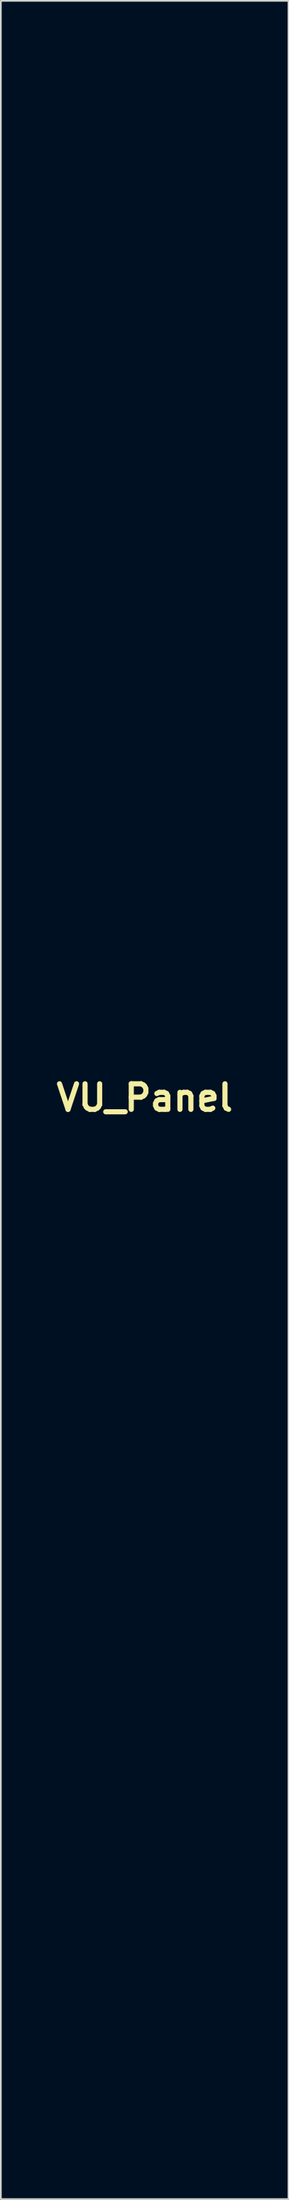
<source format=kicad_pcb>
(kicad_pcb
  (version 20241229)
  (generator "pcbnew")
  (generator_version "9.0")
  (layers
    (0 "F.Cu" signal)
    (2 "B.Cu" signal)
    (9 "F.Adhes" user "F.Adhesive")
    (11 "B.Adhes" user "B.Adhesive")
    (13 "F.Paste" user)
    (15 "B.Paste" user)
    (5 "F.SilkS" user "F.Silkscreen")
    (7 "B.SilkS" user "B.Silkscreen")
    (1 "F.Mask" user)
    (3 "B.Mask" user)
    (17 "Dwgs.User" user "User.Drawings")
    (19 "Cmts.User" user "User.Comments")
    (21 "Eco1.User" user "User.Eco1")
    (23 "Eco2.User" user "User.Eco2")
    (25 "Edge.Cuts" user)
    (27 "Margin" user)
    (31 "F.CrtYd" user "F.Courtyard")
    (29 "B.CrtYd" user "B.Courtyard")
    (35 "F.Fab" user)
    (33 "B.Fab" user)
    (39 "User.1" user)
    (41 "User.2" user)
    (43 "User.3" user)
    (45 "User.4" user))
  (footprint "VU_Panel"
    (layer "F.Cu")
    (at 5.443 61.354)
    (property "Reference" "VU_Panel" (at 0 0 0) (layer "F.SilkS") (effects (font (size 1.5 1.5) (thickness 0.3))))
    (attr board_only exclude_from_pos_files exclude_from_bom)
    (fp_poly (pts (xy -0.904 41.957) (xy -0.904 42.796) (xy -1.097 42.796) (xy -1.291 42.796) (xy -1.291 41.957) (xy -1.291 41.118) (xy -1.097 41.118) (xy -0.904 41.118)) (stroke (width 0) (type solid)) (fill yes) (layer "F.Mask"))
    (fp_poly (pts (xy 0.29 -61.128) (xy 0.29 -60.902) (xy -2.308 -60.902) (xy -4.906 -60.902) (xy -4.906 -61.128) (xy -4.906 -61.354) (xy -2.308 -61.354) (xy 0.29 -61.354)) (stroke (width 0) (type solid)) (fill yes) (layer "F.Mask"))
    (fp_poly (pts (xy 0.29 61.386) (xy 0.29 61.612) (xy -2.308 61.612) (xy -4.906 61.612) (xy -4.906 61.386) (xy -4.906 61.16) (xy -2.308 61.16) (xy 0.29 61.16)) (stroke (width 0) (type solid)) (fill yes) (layer "F.Mask"))
    (fp_poly (pts (xy 0.323 25.513) (xy 0.323 27.111) (xy 0.097 27.111) (xy -0.129 27.111) (xy -0.129 25.513) (xy -0.129 23.915) (xy 0.097 23.915) (xy 0.323 23.915)) (stroke (width 0) (type solid)) (fill yes) (layer "F.Mask"))
    (fp_poly (pts (xy 0.936 37.374) (xy 0.936 38.052) (xy 1.565 38.052) (xy 2.195 38.052) (xy 2.195 38.213) (xy 2.195 38.374) (xy 1.372 38.374) (xy 0.549 38.374) (xy 0.549 37.535) (xy 0.549 36.696) (xy 0.742 36.696) (xy 0.936 36.696)) (stroke (width 0) (type solid)) (fill yes) (layer "F.Mask"))
    (fp_poly (pts (xy 3.357 -41.973) (xy 3.357 -41.828) (xy 2.969 -41.828) (xy 2.582 -41.828) (xy 2.582 -41.134) (xy 2.582 -40.44) (xy 2.388 -40.44) (xy 2.195 -40.44) (xy 2.195 -41.134) (xy 2.195 -41.828) (xy 1.807 -41.828) (xy 1.42 -41.828) (xy 1.42 -41.973) (xy 1.42 -42.118) (xy 2.388 -42.118) (xy 3.357 -42.118)) (stroke (width 0) (type solid)) (fill yes) (layer "F.Mask"))
    (fp_poly (pts (xy -3.808 37.019) (xy -3.808 37.342) (xy -3.195 37.342) (xy -2.582 37.342) (xy -2.582 37.019) (xy -2.582 36.696) (xy -2.388 36.696) (xy -2.195 36.696) (xy -2.195 37.535) (xy -2.195 38.374) (xy -2.388 38.374) (xy -2.582 38.374) (xy -2.582 38.003) (xy -2.582 37.632) (xy -3.195 37.632) (xy -3.808 37.632) (xy -3.808 38.003) (xy -3.808 38.374) (xy -4.002 38.374) (xy -4.196 38.374) (xy -4.196 37.535) (xy -4.196 36.696) (xy -4.002 36.696) (xy -3.808 36.696)) (stroke (width 0) (type solid)) (fill yes) (layer "F.Mask"))
    (fp_poly (pts (xy -0.29 12.765) (xy -0.29 12.91) (xy -0.952 12.91) (xy -1.614 12.91) (xy -1.614 13.087) (xy -1.614 13.265) (xy -1.226 13.265) (xy -0.839 13.265) (xy -0.839 13.41) (xy -0.839 13.555) (xy -1.226 13.555) (xy -1.614 13.555) (xy -1.614 13.765) (xy -1.614 13.975) (xy -0.936 13.975) (xy -0.258 13.975) (xy -0.258 14.136) (xy -0.258 14.298) (xy -1.13 14.298) (xy -2.001 14.298) (xy -2.001 13.458) (xy -2.001 12.619) (xy -1.146 12.619) (xy -0.29 12.619)) (stroke (width 0) (type solid)) (fill yes) (layer "F.Mask"))
    (fp_poly (pts (xy -0.672 -55.561) (xy -1.404 -54.222) (xy -1.63 -54.223) (xy -1.856 -54.224) (xy -2.542 -55.425) (xy -2.69 -55.684) (xy -2.832 -55.931) (xy -2.962 -56.158) (xy -3.078 -56.36) (xy -3.174 -56.528) (xy -3.249 -56.657) (xy -3.297 -56.74) (xy -3.31 -56.763) (xy -3.392 -56.9) (xy -3.028 -56.899) (xy -2.663 -56.899) (xy -2.133 -55.946) (xy -2.007 -55.722) (xy -1.891 -55.517) (xy -1.787 -55.34) (xy -1.7 -55.195) (xy -1.634 -55.09) (xy -1.593 -55.03) (xy -1.579 -55.019) (xy -1.559 -55.052) (xy -1.512 -55.136) (xy -1.443 -55.263) (xy -1.355 -55.427) (xy -1.251 -55.619) (xy -1.137 -55.834) (xy -1.063 -55.972) (xy -0.571 -56.9) (xy -0.256 -56.9) (xy 0.06 -56.9)) (stroke (width 0) (type solid)) (fill yes) (layer "F.Mask"))
    (fp_poly (pts (xy 1.485 41.957) (xy 1.485 42.796) (xy 1.346 42.796) (xy 1.302 42.794) (xy 1.26 42.786) (xy 1.212 42.766) (xy 1.153 42.731) (xy 1.075 42.674) (xy 0.971 42.593) (xy 0.836 42.481) (xy 0.662 42.334) (xy 0.547 42.237) (xy -0.113 41.677) (xy -0.122 42.237) (xy -0.131 42.796) (xy -0.307 42.796) (xy -0.484 42.796) (xy -0.484 41.957) (xy -0.484 41.118) (xy -0.347 41.118) (xy -0.304 41.12) (xy -0.261 41.129) (xy -0.213 41.149) (xy -0.153 41.185) (xy -0.074 41.243) (xy 0.032 41.326) (xy 0.169 41.439) (xy 0.345 41.588) (xy 0.452 41.678) (xy 1.113 42.237) (xy 1.122 41.677) (xy 1.131 41.118) (xy 1.308 41.118) (xy 1.485 41.118)) (stroke (width 0) (type solid)) (fill yes) (layer "F.Mask"))
    (fp_poly (pts (xy -0.42 -41.44) (xy -0.42 -40.763) (xy 0.129 -40.763) (xy 0.678 -40.763) (xy 0.678 -41.44) (xy 0.678 -42.118) (xy 0.89 -42.118) (xy 1.103 -42.118) (xy 1.09 -41.384) (xy 1.086 -41.17) (xy 1.079 -40.975) (xy 1.072 -40.81) (xy 1.064 -40.684) (xy 1.056 -40.608) (xy 1.052 -40.592) (xy 1.023 -40.545) (xy 0.982 -40.509) (xy 0.921 -40.482) (xy 0.83 -40.463) (xy 0.704 -40.451) (xy 0.533 -40.444) (xy 0.311 -40.441) (xy 0.139 -40.44) (xy -0.128 -40.442) (xy -0.334 -40.447) (xy -0.486 -40.454) (xy -0.588 -40.466) (xy -0.644 -40.481) (xy -0.645 -40.481) (xy -0.694 -40.511) (xy -0.732 -40.548) (xy -0.761 -40.601) (xy -0.781 -40.679) (xy -0.794 -40.789) (xy -0.802 -40.939) (xy -0.805 -41.137) (xy -0.806 -41.391) (xy -0.806 -41.4) (xy -0.807 -42.118) (xy -0.613 -42.118) (xy -0.42 -42.118)) (stroke (width 0) (type solid)) (fill yes) (layer "F.Mask"))
    (fp_poly (pts (xy 0.95 12.62) (xy 1.146 12.621) (xy 1.619 13.459) (xy 2.092 14.298) (xy 1.869 14.298) (xy 1.647 14.298) (xy 1.549 14.104) (xy 1.451 13.91) (xy 0.925 13.91) (xy 0.399 13.91) (xy 0.307 14.104) (xy 0.214 14.298) (xy 0.012 14.298) (xy -0.19 14.298) (xy 0.069 13.838) (xy 0.179 13.642) (xy 0.206 13.595) (xy 0.586 13.595) (xy 0.612 13.605) (xy 0.69 13.613) (xy 0.807 13.618) (xy 0.931 13.62) (xy 1.287 13.62) (xy 1.139 13.337) (xy 1.072 13.212) (xy 1.013 13.107) (xy 0.969 13.035) (xy 0.955 13.015) (xy 0.931 13.01) (xy 0.895 13.043) (xy 0.843 13.121) (xy 0.77 13.251) (xy 0.758 13.273) (xy 0.69 13.398) (xy 0.634 13.503) (xy 0.597 13.573) (xy 0.586 13.595) (xy 0.206 13.595) (xy 0.3 13.428) (xy 0.417 13.219) (xy 0.52 13.037) (xy 0.541 12.999) (xy 0.754 12.619)) (stroke (width 0) (type solid)) (fill yes) (layer "F.Mask"))
    (fp_poly (pts (xy 3.883 12.626) (xy 4.157 12.635) (xy 3.636 13.008) (xy 3.476 13.123) (xy 3.337 13.227) (xy 3.225 13.314) (xy 3.148 13.376) (xy 3.115 13.408) (xy 3.114 13.41) (xy 3.14 13.437) (xy 3.21 13.495) (xy 3.319 13.578) (xy 3.457 13.682) (xy 3.619 13.799) (xy 3.704 13.861) (xy 4.294 14.281) (xy 3.989 14.291) (xy 3.683 14.3) (xy 3.201 13.944) (xy 3.048 13.831) (xy 2.912 13.733) (xy 2.803 13.656) (xy 2.729 13.606) (xy 2.699 13.588) (xy 2.691 13.618) (xy 2.684 13.699) (xy 2.68 13.819) (xy 2.679 13.943) (xy 2.679 14.298) (xy 2.485 14.298) (xy 2.291 14.298) (xy 2.291 13.458) (xy 2.291 12.619) (xy 2.485 12.619) (xy 2.679 12.619) (xy 2.679 12.958) (xy 2.68 13.097) (xy 2.685 13.209) (xy 2.691 13.279) (xy 2.697 13.297) (xy 2.728 13.278) (xy 2.801 13.227) (xy 2.907 13.148) (xy 3.039 13.05) (xy 3.162 12.957) (xy 3.608 12.617)) (stroke (width 0) (type solid)) (fill yes) (layer "F.Mask"))
    (fp_poly (pts (xy 1.033 -55.819) (xy 1.033 -54.737) (xy 1.904 -54.737) (xy 2.776 -54.737) (xy 2.776 -55.819) (xy 2.776 -56.9) (xy 3.082 -56.9) (xy 3.389 -56.9) (xy 3.389 -55.746) (xy 3.389 -55.423) (xy 3.387 -55.158) (xy 3.384 -54.944) (xy 3.377 -54.776) (xy 3.367 -54.645) (xy 3.352 -54.546) (xy 3.331 -54.472) (xy 3.303 -54.416) (xy 3.268 -54.372) (xy 3.224 -54.334) (xy 3.185 -54.304) (xy 3.158 -54.286) (xy 3.128 -54.272) (xy 3.086 -54.261) (xy 3.027 -54.252) (xy 2.943 -54.245) (xy 2.828 -54.241) (xy 2.675 -54.237) (xy 2.478 -54.235) (xy 2.229 -54.233) (xy 1.942 -54.231) (xy 1.584 -54.23) (xy 1.284 -54.232) (xy 1.043 -54.235) (xy 0.863 -54.242) (xy 0.745 -54.25) (xy 0.694 -54.259) (xy 0.549 -54.341) (xy 0.45 -54.464) (xy 0.42 -54.541) (xy 0.412 -54.603) (xy 0.404 -54.721) (xy 0.398 -54.889) (xy 0.393 -55.1) (xy 0.39 -55.345) (xy 0.388 -55.618) (xy 0.387 -55.778) (xy 0.387 -56.9) (xy 0.71 -56.9) (xy 1.033 -56.9)) (stroke (width 0) (type solid)) (fill yes) (layer "F.Mask"))
    (fp_poly (pts (xy -3 12.62) (xy -2.782 12.624) (xy -2.615 12.631) (xy -2.491 12.643) (xy -2.403 12.661) (xy -2.343 12.686) (xy -2.305 12.719) (xy -2.281 12.761) (xy -2.279 12.766) (xy -2.27 12.824) (xy -2.263 12.928) (xy -2.26 13.061) (xy -2.26 13.202) (xy -2.263 13.336) (xy -2.269 13.442) (xy -2.279 13.504) (xy -2.279 13.505) (xy -2.307 13.554) (xy -2.354 13.59) (xy -2.428 13.617) (xy -2.536 13.635) (xy -2.687 13.646) (xy -2.889 13.651) (xy -3.081 13.652) (xy -3.679 13.652) (xy -3.679 13.975) (xy -3.679 14.298) (xy -3.873 14.298) (xy -4.067 14.298) (xy -4.067 13.458) (xy -4.067 13.136) (xy -3.679 13.136) (xy -3.679 13.362) (xy -3.202 13.362) (xy -2.984 13.359) (xy -2.827 13.352) (xy -2.728 13.34) (xy -2.685 13.323) (xy -2.66 13.263) (xy -2.648 13.168) (xy -2.651 13.064) (xy -2.668 12.98) (xy -2.685 12.949) (xy -2.732 12.931) (xy -2.834 12.919) (xy -2.994 12.912) (xy -3.202 12.91) (xy -3.679 12.91) (xy -3.679 13.136) (xy -4.067 13.136) (xy -4.067 12.619) (xy -3.274 12.619)) (stroke (width 0) (type solid)) (fill yes) (layer "F.Mask"))
    (fp_poly (pts (xy 3.379 36.698) (xy 3.594 36.705) (xy 3.764 36.718) (xy 3.898 36.739) (xy 4.005 36.771) (xy 4.095 36.814) (xy 4.177 36.87) (xy 4.205 36.892) (xy 4.333 37.022) (xy 4.415 37.167) (xy 4.458 37.345) (xy 4.468 37.519) (xy 4.449 37.756) (xy 4.386 37.949) (xy 4.278 38.109) (xy 4.201 38.182) (xy 4.12 38.242) (xy 4.033 38.288) (xy 3.933 38.323) (xy 3.808 38.347) (xy 3.649 38.363) (xy 3.448 38.371) (xy 3.195 38.374) (xy 3.109 38.374) (xy 2.453 38.374) (xy 2.453 37.535) (xy 2.453 37.52) (xy 2.84 37.52) (xy 2.84 38.06) (xy 3.269 38.045) (xy 3.464 38.037) (xy 3.607 38.025) (xy 3.711 38.008) (xy 3.79 37.984) (xy 3.825 37.969) (xy 3.953 37.878) (xy 4.033 37.752) (xy 4.07 37.584) (xy 4.073 37.503) (xy 4.05 37.315) (xy 3.984 37.167) (xy 3.876 37.065) (xy 3.85 37.05) (xy 3.767 37.028) (xy 3.624 37.01) (xy 3.421 36.997) (xy 3.3 36.993) (xy 2.84 36.98) (xy 2.84 37.52) (xy 2.453 37.52) (xy 2.453 36.696) (xy 3.109 36.696)) (stroke (width 0) (type solid)) (fill yes) (layer "F.Mask"))
    (fp_poly (pts (xy -2.144 -42.112) (xy -1.887 -42.109) (xy -1.688 -42.105) (xy -1.537 -42.102) (xy -1.427 -42.096) (xy -1.349 -42.089) (xy -1.297 -42.078) (xy -1.262 -42.064) (xy -1.237 -42.045) (xy -1.219 -42.029) (xy -1.195 -42.002) (xy -1.176 -41.972) (xy -1.163 -41.929) (xy -1.155 -41.864) (xy -1.149 -41.769) (xy -1.147 -41.634) (xy -1.146 -41.449) (xy -1.146 -41.279) (xy -1.146 -41.054) (xy -1.147 -40.884) (xy -1.151 -40.76) (xy -1.157 -40.674) (xy -1.166 -40.616) (xy -1.181 -40.577) (xy -1.201 -40.549) (xy -1.219 -40.53) (xy -1.243 -40.507) (xy -1.27 -40.49) (xy -1.309 -40.477) (xy -1.367 -40.467) (xy -1.452 -40.46) (xy -1.573 -40.455) (xy -1.736 -40.452) (xy -1.95 -40.449) (xy -2.144 -40.446) (xy -2.994 -40.437) (xy -3.087 -40.516) (xy -3.179 -40.596) (xy -3.179 -41.279) (xy -3.179 -41.295) (xy -2.808 -41.295) (xy -2.808 -40.763) (xy -2.162 -40.763) (xy -1.517 -40.763) (xy -1.517 -41.295) (xy -1.517 -41.828) (xy -2.162 -41.828) (xy -2.808 -41.828) (xy -2.808 -41.295) (xy -3.179 -41.295) (xy -3.179 -41.962) (xy -3.087 -42.042) (xy -2.994 -42.121)) (stroke (width 0) (type solid)) (fill yes) (layer "F.Mask"))
    (fp_poly (pts (xy -0.788 36.703) (xy -0.532 36.706) (xy -0.332 36.709) (xy -0.181 36.713) (xy -0.071 36.718) (xy 0.006 36.726) (xy 0.058 36.736) (xy 0.093 36.75) (xy 0.119 36.769) (xy 0.136 36.786) (xy 0.161 36.812) (xy 0.179 36.843) (xy 0.192 36.885) (xy 0.201 36.95) (xy 0.206 37.045) (xy 0.209 37.181) (xy 0.21 37.365) (xy 0.21 37.535) (xy 0.21 37.761) (xy 0.208 37.931) (xy 0.205 38.054) (xy 0.199 38.14) (xy 0.189 38.198) (xy 0.175 38.237) (xy 0.155 38.265) (xy 0.136 38.285) (xy 0.112 38.307) (xy 0.085 38.324) (xy 0.046 38.337) (xy -0.012 38.347) (xy -0.097 38.354) (xy -0.217 38.359) (xy -0.38 38.362) (xy -0.594 38.366) (xy -0.788 38.368) (xy -1.639 38.377) (xy -1.731 38.298) (xy -1.824 38.219) (xy -1.824 37.535) (xy -1.824 37.519) (xy -1.452 37.519) (xy -1.452 38.052) (xy -0.807 38.052) (xy -0.161 38.052) (xy -0.161 37.519) (xy -0.161 36.987) (xy -0.807 36.987) (xy -1.452 36.987) (xy -1.452 37.519) (xy -1.824 37.519) (xy -1.824 36.852) (xy -1.731 36.772) (xy -1.639 36.693)) (stroke (width 0) (type solid)) (fill yes) (layer "F.Mask")))
  (gr_rect
    (start -3 -3)
    (end 13.886 125.966)
    (stroke (width 0.1) (type default))
    (fill no)
    (layer "Edge.Cuts")))
</source>
